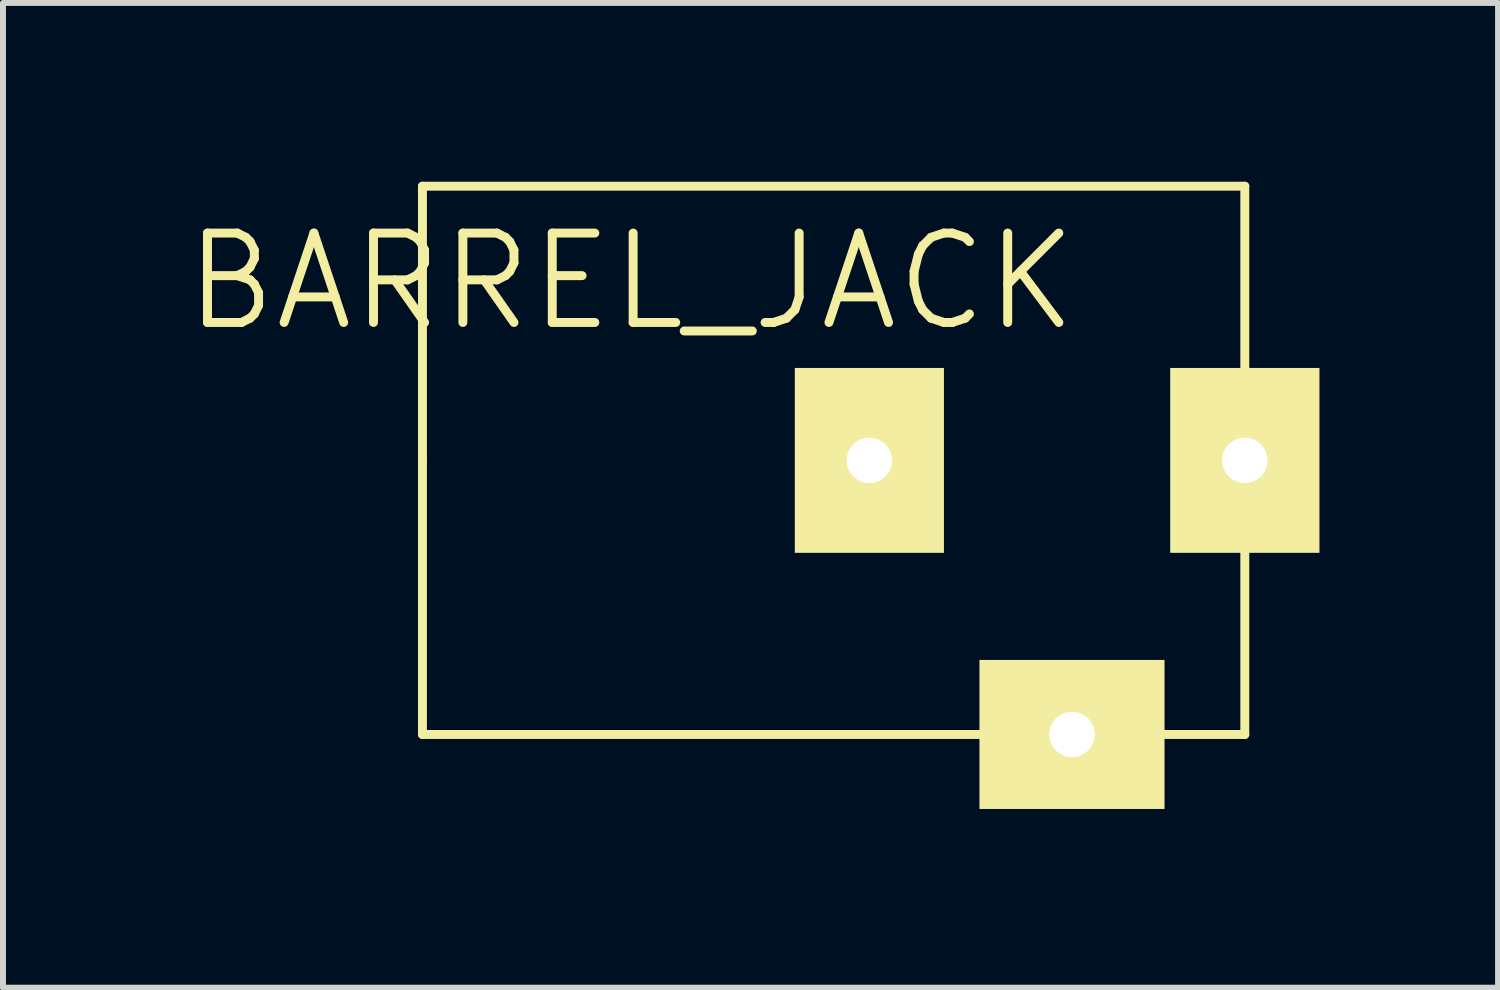
<source format=kicad_pcb>
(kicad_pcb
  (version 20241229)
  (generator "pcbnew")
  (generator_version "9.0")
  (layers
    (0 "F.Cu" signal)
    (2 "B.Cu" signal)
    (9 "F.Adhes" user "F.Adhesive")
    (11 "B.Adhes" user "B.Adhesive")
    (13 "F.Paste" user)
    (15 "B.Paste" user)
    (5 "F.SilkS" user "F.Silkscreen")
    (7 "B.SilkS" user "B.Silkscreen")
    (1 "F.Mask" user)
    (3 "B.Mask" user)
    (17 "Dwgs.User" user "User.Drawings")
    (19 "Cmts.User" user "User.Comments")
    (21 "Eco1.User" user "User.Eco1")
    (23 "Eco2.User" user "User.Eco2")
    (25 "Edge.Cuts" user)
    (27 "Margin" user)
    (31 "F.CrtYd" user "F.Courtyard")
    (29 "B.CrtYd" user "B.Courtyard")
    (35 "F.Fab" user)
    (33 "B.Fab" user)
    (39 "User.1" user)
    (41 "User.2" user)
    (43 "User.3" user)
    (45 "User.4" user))
  (footprint "BARREL_JACK"
    (layer "F.Cu")
    (at 4.039 4.675)
    (property "Reference" "BARREL_JACK" (at 3.5 -3 0) (layer "F.SilkS") (effects (font (size 1.5 1.5) (thickness 0.15))))
    (attr through_hole)
    (fp_line (start 0 -4.6) (end 0 0) (stroke (width 0.15) (type solid)) (layer "F.SilkS"))
    (fp_line (start 0 0) (end 0 4.6) (stroke (width 0.15) (type solid)) (layer "F.SilkS"))
    (fp_line (start 0 4.6) (end 13.8 4.6) (stroke (width 0.15) (type solid)) (layer "F.SilkS"))
    (fp_line (start 13.8 -4.6) (end 0 -4.6) (stroke (width 0.15) (type solid)) (layer "F.SilkS"))
    (fp_line (start 13.8 0) (end 13.8 -4.6) (stroke (width 0.15) (type solid)) (layer "F.SilkS"))
    (fp_line (start 13.8 4.6) (end 13.8 0) (stroke (width 0.15) (type solid)) (layer "F.SilkS"))
    (pad "1" thru_hole rect (at 13.8 0) (size 2.5 3.1) (drill 0.762) (layers "*.Cu" "*.Mask" "F.SilkS"))
    (pad "2" thru_hole rect (at 7.5 0) (size 2.5 3.1) (drill 0.762) (layers "*.Cu" "*.Mask" "F.SilkS"))
    (pad "3" thru_hole rect (at 10.9 4.6) (size 3.1 2.5) (drill 0.762) (layers "*.Cu" "*.Mask" "F.SilkS")))
  (gr_rect
    (start -3 -3)
    (end 22.089 13.525)
    (stroke (width 0.1) (type default))
    (fill no)
    (layer "Edge.Cuts")))
</source>
